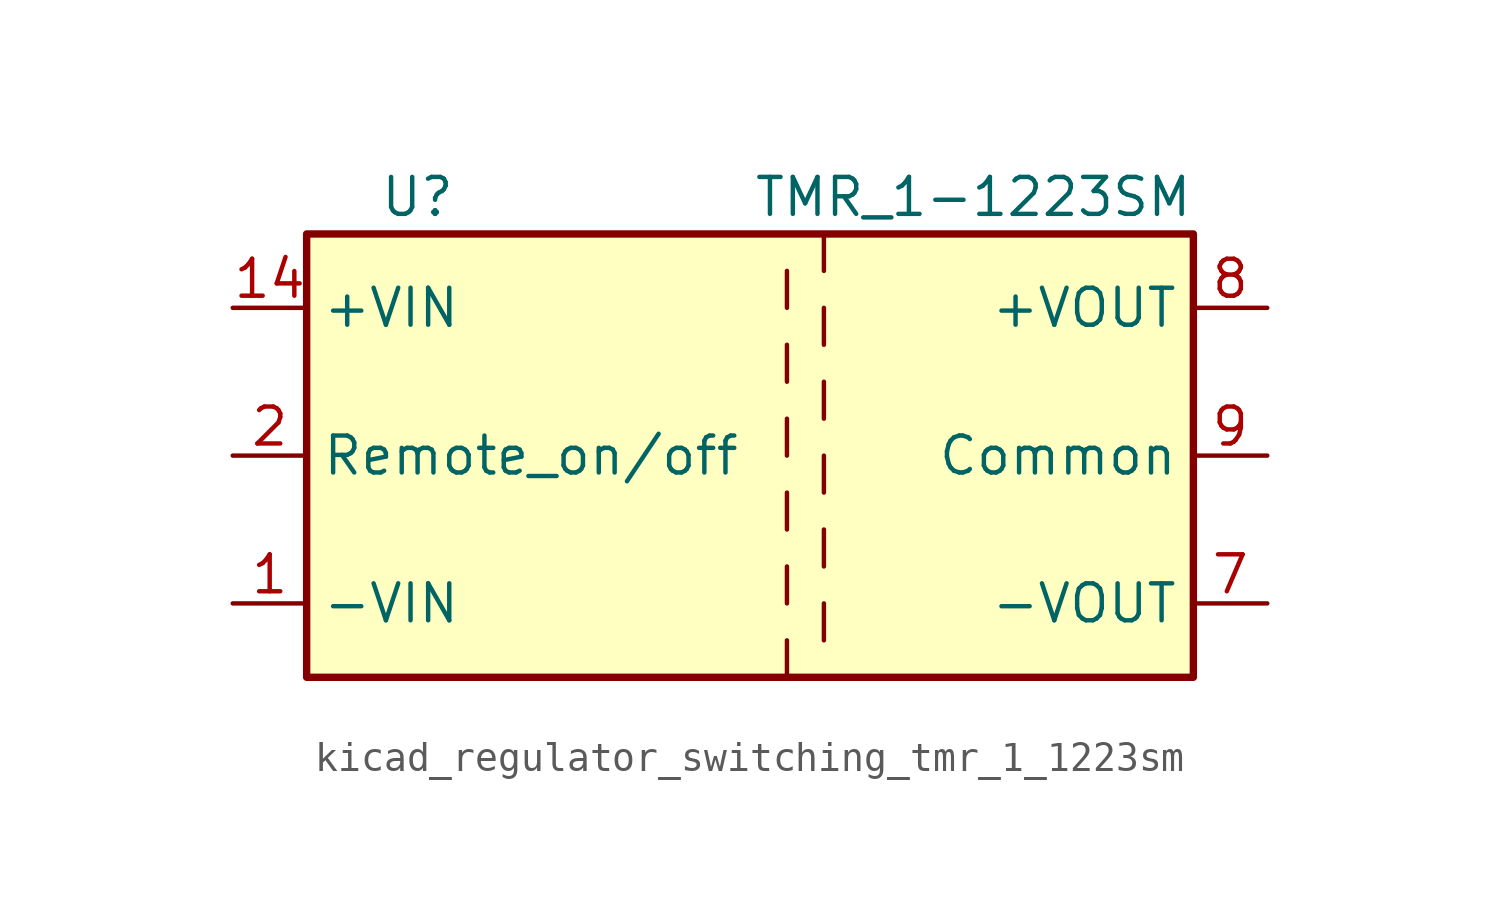
<source format=kicad_sym>
(kicad_symbol_lib
  (version 20220914)
  (generator kicad_symbol_editor)
  (symbol "kicad_regulator_switching_tmr_1_1223sm"
    (property "Reference" "U"
      (at -11.43 8.89 0)
      (effects (font (size 1.27 1.27))))
    (property "Value" "TMR_1-1223SM"
      (at 15.24 8.89 0)
      (effects (font (size 1.27 1.27)) (justify right)))
    (symbol "kicad_regulator_switching_tmr_1_1223sm_0_1"
      (rectangle (start -15.24 7.62) (end 15.24 -7.62) (stroke (width 0.254) (type default)) (fill (type background)))
      (polyline (pts (xy 1.27 -6.35) (xy 1.27 -7.62)) (stroke (width 0) (type default)) (fill (type none)))
      (polyline (pts (xy 1.27 -3.81) (xy 1.27 -5.08)) (stroke (width 0) (type default)) (fill (type none)))
      (polyline (pts (xy 1.27 -1.27) (xy 1.27 -2.54)) (stroke (width 0) (type default)) (fill (type none)))
      (polyline (pts (xy 1.27 1.27) (xy 1.27 0)) (stroke (width 0) (type default)) (fill (type none)))
      (polyline (pts (xy 1.27 3.81) (xy 1.27 2.54)) (stroke (width 0) (type default)) (fill (type none)))
      (polyline (pts (xy 1.27 6.35) (xy 1.27 5.08)) (stroke (width 0) (type default)) (fill (type none)))
      (polyline (pts (xy 2.54 -5.08) (xy 2.54 -6.35)) (stroke (width 0) (type default)) (fill (type none)))
      (polyline (pts (xy 2.54 -2.54) (xy 2.54 -3.81)) (stroke (width 0) (type default)) (fill (type none)))
      (polyline (pts (xy 2.54 0) (xy 2.54 -1.27)) (stroke (width 0) (type default)) (fill (type none)))
      (polyline (pts (xy 2.54 2.54) (xy 2.54 1.27)) (stroke (width 0) (type default)) (fill (type none)))
      (polyline (pts (xy 2.54 5.08) (xy 2.54 3.81)) (stroke (width 0) (type default)) (fill (type none)))
      (polyline (pts (xy 2.54 7.62) (xy 2.54 6.35)) (stroke (width 0) (type default)) (fill (type none))))
    (symbol "kicad_regulator_switching_tmr_1_1223sm_1_1"
      (pin power_in line (at -17.78 -5.08 0) (length 2.54) (name "-VIN" (effects (font (size 1.27 1.27)))) (number "1" (effects (font (size 1.27 1.27)))))
      (pin power_in line (at -17.78 5.08 0) (length 2.54) (name "+VIN" (effects (font (size 1.27 1.27)))) (number "14" (effects (font (size 1.27 1.27)))))
      (pin input line (at -17.78 0 0) (length 2.54) (name "Remote_on/off" (effects (font (size 1.27 1.27)))) (number "2" (effects (font (size 1.27 1.27)))))
      (pin passive line (at 17.78 0 180) (length 2.54) hide (name "Common" (effects (font (size 1.27 1.27)))) (number "6" (effects (font (size 1.27 1.27)))))
      (pin power_out line (at 17.78 -5.08 180) (length 2.54) (name "-VOUT" (effects (font (size 1.27 1.27)))) (number "7" (effects (font (size 1.27 1.27)))))
      (pin power_out line (at 17.78 5.08 180) (length 2.54) (name "+VOUT" (effects (font (size 1.27 1.27)))) (number "8" (effects (font (size 1.27 1.27)))))
      (pin power_out line (at 17.78 0 180) (length 2.54) (name "Common" (effects (font (size 1.27 1.27)))) (number "9" (effects (font (size 1.27 1.27))))))))
</source>
